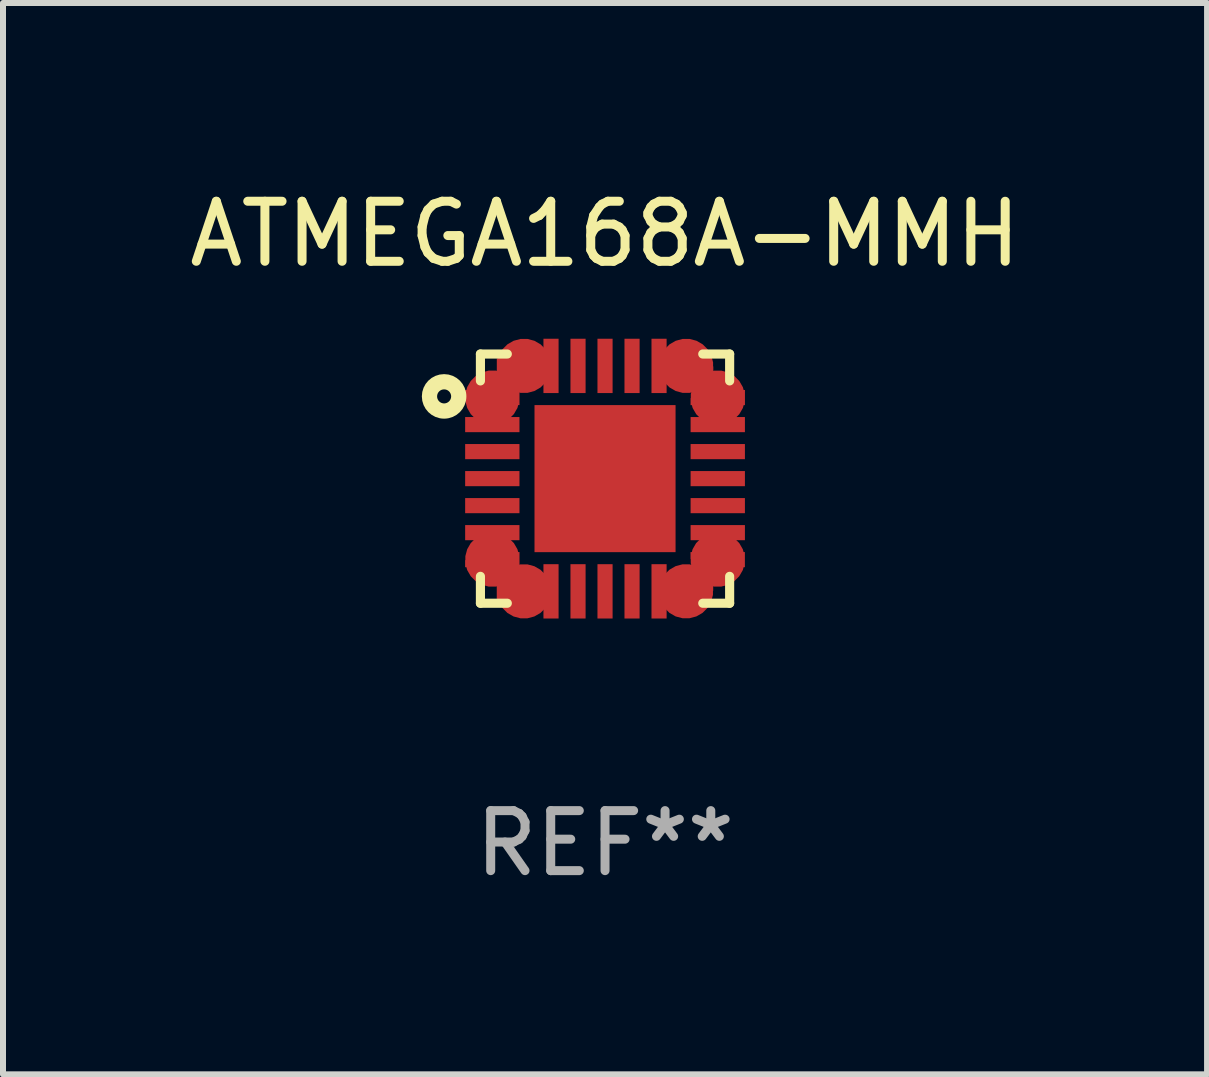
<source format=kicad_pcb>
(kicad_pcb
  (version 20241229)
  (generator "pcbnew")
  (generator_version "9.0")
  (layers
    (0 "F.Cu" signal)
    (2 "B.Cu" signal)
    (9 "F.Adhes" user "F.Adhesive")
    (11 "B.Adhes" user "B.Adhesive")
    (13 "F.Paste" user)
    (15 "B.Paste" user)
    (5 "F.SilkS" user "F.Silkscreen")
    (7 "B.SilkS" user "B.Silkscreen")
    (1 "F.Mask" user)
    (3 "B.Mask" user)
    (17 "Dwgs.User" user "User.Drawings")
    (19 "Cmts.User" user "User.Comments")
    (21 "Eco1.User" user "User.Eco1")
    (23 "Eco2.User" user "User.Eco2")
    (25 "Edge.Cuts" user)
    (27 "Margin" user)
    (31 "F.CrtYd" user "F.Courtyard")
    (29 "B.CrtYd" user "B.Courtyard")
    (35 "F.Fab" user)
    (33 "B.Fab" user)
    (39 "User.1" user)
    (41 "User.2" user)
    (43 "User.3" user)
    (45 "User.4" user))
  (footprint "ATMEGA168A-MMH"
    (layer "F.Cu")
    (at 7.03 4.924)
    (property "Reference" "ATMEGA168A-MMH" (at 0 -4.076 0) (layer "F.SilkS") (effects (font (size 1 1) (thickness 0.15))))
    (attr through_hole)
    (fp_line (start -2.076 -2.076) (end -1.628 -2.076) (stroke (width 0.152) (type solid)) (layer "F.SilkS"))
    (fp_line (start -2.076 -1.628) (end -2.076 -2.076) (stroke (width 0.152) (type solid)) (layer "F.SilkS"))
    (fp_line (start -2.076 1.628) (end -2.076 2.076) (stroke (width 0.152) (type solid)) (layer "F.SilkS"))
    (fp_line (start -2.076 2.076) (end -1.628 2.076) (stroke (width 0.152) (type solid)) (layer "F.SilkS"))
    (fp_line (start 2.076 -2.076) (end 1.628 -2.076) (stroke (width 0.152) (type solid)) (layer "F.SilkS"))
    (fp_line (start 2.076 -1.628) (end 2.076 -2.076) (stroke (width 0.152) (type solid)) (layer "F.SilkS"))
    (fp_line (start 2.076 1.628) (end 2.076 2.076) (stroke (width 0.152) (type solid)) (layer "F.SilkS"))
    (fp_line (start 2.076 2.076) (end 1.628 2.076) (stroke (width 0.152) (type solid)) (layer "F.SilkS"))
    (fp_circle (center -2.681 -1.37) (end -2.564 -1.37) (stroke (width 0.254) (type solid)) (fill no) (layer "F.SilkS"))
    (fp_text user "REF**" (at 0 6.076 0) (layer "F.Fab") (effects (font (size 1 1) (thickness 0.15))))
    (pad "1" smd custom (at -1.878 -1.351 180) (size 0.906 0.252) (layers "F.Cu" "F.Mask" "F.Paste") (options (anchor circle)) (primitives (gr_poly (pts (xy 0.317 -0.126) (xy 0.453 0.01) (xy 0.453 0.126) (xy -0.453 0.126) (xy -0.453 -0.126) (xy 0.317 -0.126)) (width 0) (fill yes))))
    (pad "2" smd rect (at -1.878 -0.9) (size 0.905 0.252) (layers "F.Cu" "F.Mask" "F.Paste"))
    (pad "3" smd rect (at -1.878 -0.45) (size 0.905 0.252) (layers "F.Cu" "F.Mask" "F.Paste"))
    (pad "4" smd rect (at -1.878 0) (size 0.905 0.252) (layers "F.Cu" "F.Mask" "F.Paste"))
    (pad "5" smd rect (at -1.878 0.45) (size 0.905 0.252) (layers "F.Cu" "F.Mask" "F.Paste"))
    (pad "6" smd rect (at -1.878 0.9) (size 0.905 0.252) (layers "F.Cu" "F.Mask" "F.Paste"))
    (pad "7" smd custom (at -1.878 1.35 180) (size 0.906 0.252) (layers "F.Cu" "F.Mask" "F.Paste") (options (anchor circle)) (primitives (gr_poly (pts (xy 0.317 0.126) (xy 0.453 -0.01) (xy 0.453 -0.126) (xy -0.453 -0.126) (xy -0.453 0.126) (xy 0.317 0.126)) (width 0) (fill yes))))
    (pad "8" smd custom (at -1.351 1.878 270) (size 0.906 0.252) (layers "F.Cu" "F.Mask" "F.Paste") (options (anchor circle)) (primitives (gr_poly (pts (xy -0.126 -0.317) (xy 0.01 -0.453) (xy 0.126 -0.453) (xy 0.126 0.453) (xy -0.126 0.453) (xy -0.126 -0.317)) (width 0) (fill yes))))
    (pad "9" smd rect (at -0.9 1.878) (size 0.252 0.905) (layers "F.Cu" "F.Mask" "F.Paste"))
    (pad "10" smd rect (at -0.45 1.878) (size 0.252 0.905) (layers "F.Cu" "F.Mask" "F.Paste"))
    (pad "11" smd rect (at 0 1.878) (size 0.252 0.905) (layers "F.Cu" "F.Mask" "F.Paste"))
    (pad "12" smd rect (at 0.45 1.878) (size 0.252 0.905) (layers "F.Cu" "F.Mask" "F.Paste"))
    (pad "13" smd rect (at 0.9 1.878) (size 0.252 0.905) (layers "F.Cu" "F.Mask" "F.Paste"))
    (pad "14" smd custom (at 1.349 1.877 270) (size 0.906 0.252) (layers "F.Cu" "F.Mask" "F.Paste") (options (anchor circle)) (primitives (gr_poly (pts (xy 0.126 -0.317) (xy -0.01 -0.453) (xy -0.126 -0.453) (xy -0.126 0.453) (xy 0.126 0.453) (xy 0.126 -0.317)) (width 0) (fill yes))))
    (pad "15" smd custom (at 1.877 1.35) (size 0.906 0.252) (layers "F.Cu" "F.Mask" "F.Paste") (options (anchor circle)) (primitives (gr_poly (pts (xy -0.317 0.126) (xy -0.453 -0.01) (xy -0.453 -0.126) (xy 0.453 -0.126) (xy 0.453 0.126) (xy -0.317 0.126)) (width 0) (fill yes))))
    (pad "16" smd rect (at 1.878 0.9) (size 0.905 0.252) (layers "F.Cu" "F.Mask" "F.Paste"))
    (pad "17" smd rect (at 1.878 0.45) (size 0.905 0.252) (layers "F.Cu" "F.Mask" "F.Paste"))
    (pad "18" smd rect (at 1.878 0) (size 0.905 0.252) (layers "F.Cu" "F.Mask" "F.Paste"))
    (pad "19" smd rect (at 1.878 -0.45) (size 0.905 0.252) (layers "F.Cu" "F.Mask" "F.Paste"))
    (pad "20" smd rect (at 1.878 -0.9) (size 0.905 0.252) (layers "F.Cu" "F.Mask" "F.Paste"))
    (pad "21" smd custom (at 1.878 -1.35) (size 0.906 0.252) (layers "F.Cu" "F.Mask" "F.Paste") (options (anchor circle)) (primitives (gr_poly (pts (xy -0.317 -0.126) (xy -0.453 0.01) (xy -0.453 0.126) (xy 0.453 0.126) (xy 0.453 -0.126) (xy -0.317 -0.126)) (width 0) (fill yes))))
    (pad "22" smd custom (at 1.351 -1.878 90) (size 0.906 0.252) (layers "F.Cu" "F.Mask" "F.Paste") (options (anchor circle)) (primitives (gr_poly (pts (xy 0.126 0.317) (xy -0.01 0.453) (xy -0.126 0.453) (xy -0.126 -0.453) (xy 0.126 -0.453) (xy 0.126 0.317)) (width 0) (fill yes))))
    (pad "23" smd rect (at 0.9 -1.878) (size 0.252 0.905) (layers "F.Cu" "F.Mask" "F.Paste"))
    (pad "24" smd rect (at 0.45 -1.878) (size 0.252 0.905) (layers "F.Cu" "F.Mask" "F.Paste"))
    (pad "25" smd rect (at 0 -1.878) (size 0.252 0.905) (layers "F.Cu" "F.Mask" "F.Paste"))
    (pad "26" smd rect (at -0.45 -1.878) (size 0.252 0.905) (layers "F.Cu" "F.Mask" "F.Paste"))
    (pad "27" smd rect (at -0.9 -1.878) (size 0.252 0.905) (layers "F.Cu" "F.Mask" "F.Paste"))
    (pad "28" smd custom (at -1.35 -1.878 90) (size 0.906 0.252) (layers "F.Cu" "F.Mask" "F.Paste") (options (anchor circle)) (primitives (gr_poly (pts (xy -0.126 0.317) (xy 0.01 0.453) (xy 0.126 0.453) (xy 0.126 -0.453) (xy -0.126 -0.453) (xy -0.126 0.317)) (width 0) (fill yes))))
    (pad "29" smd rect (at 0 0) (size 2.35 2.45) (layers "F.Cu" "F.Mask" "F.Paste")))
  (gr_rect
    (start -3 -3)
    (end 17.06 14.849)
    (stroke (width 0.1) (type default))
    (fill no)
    (layer "Edge.Cuts")))
</source>
